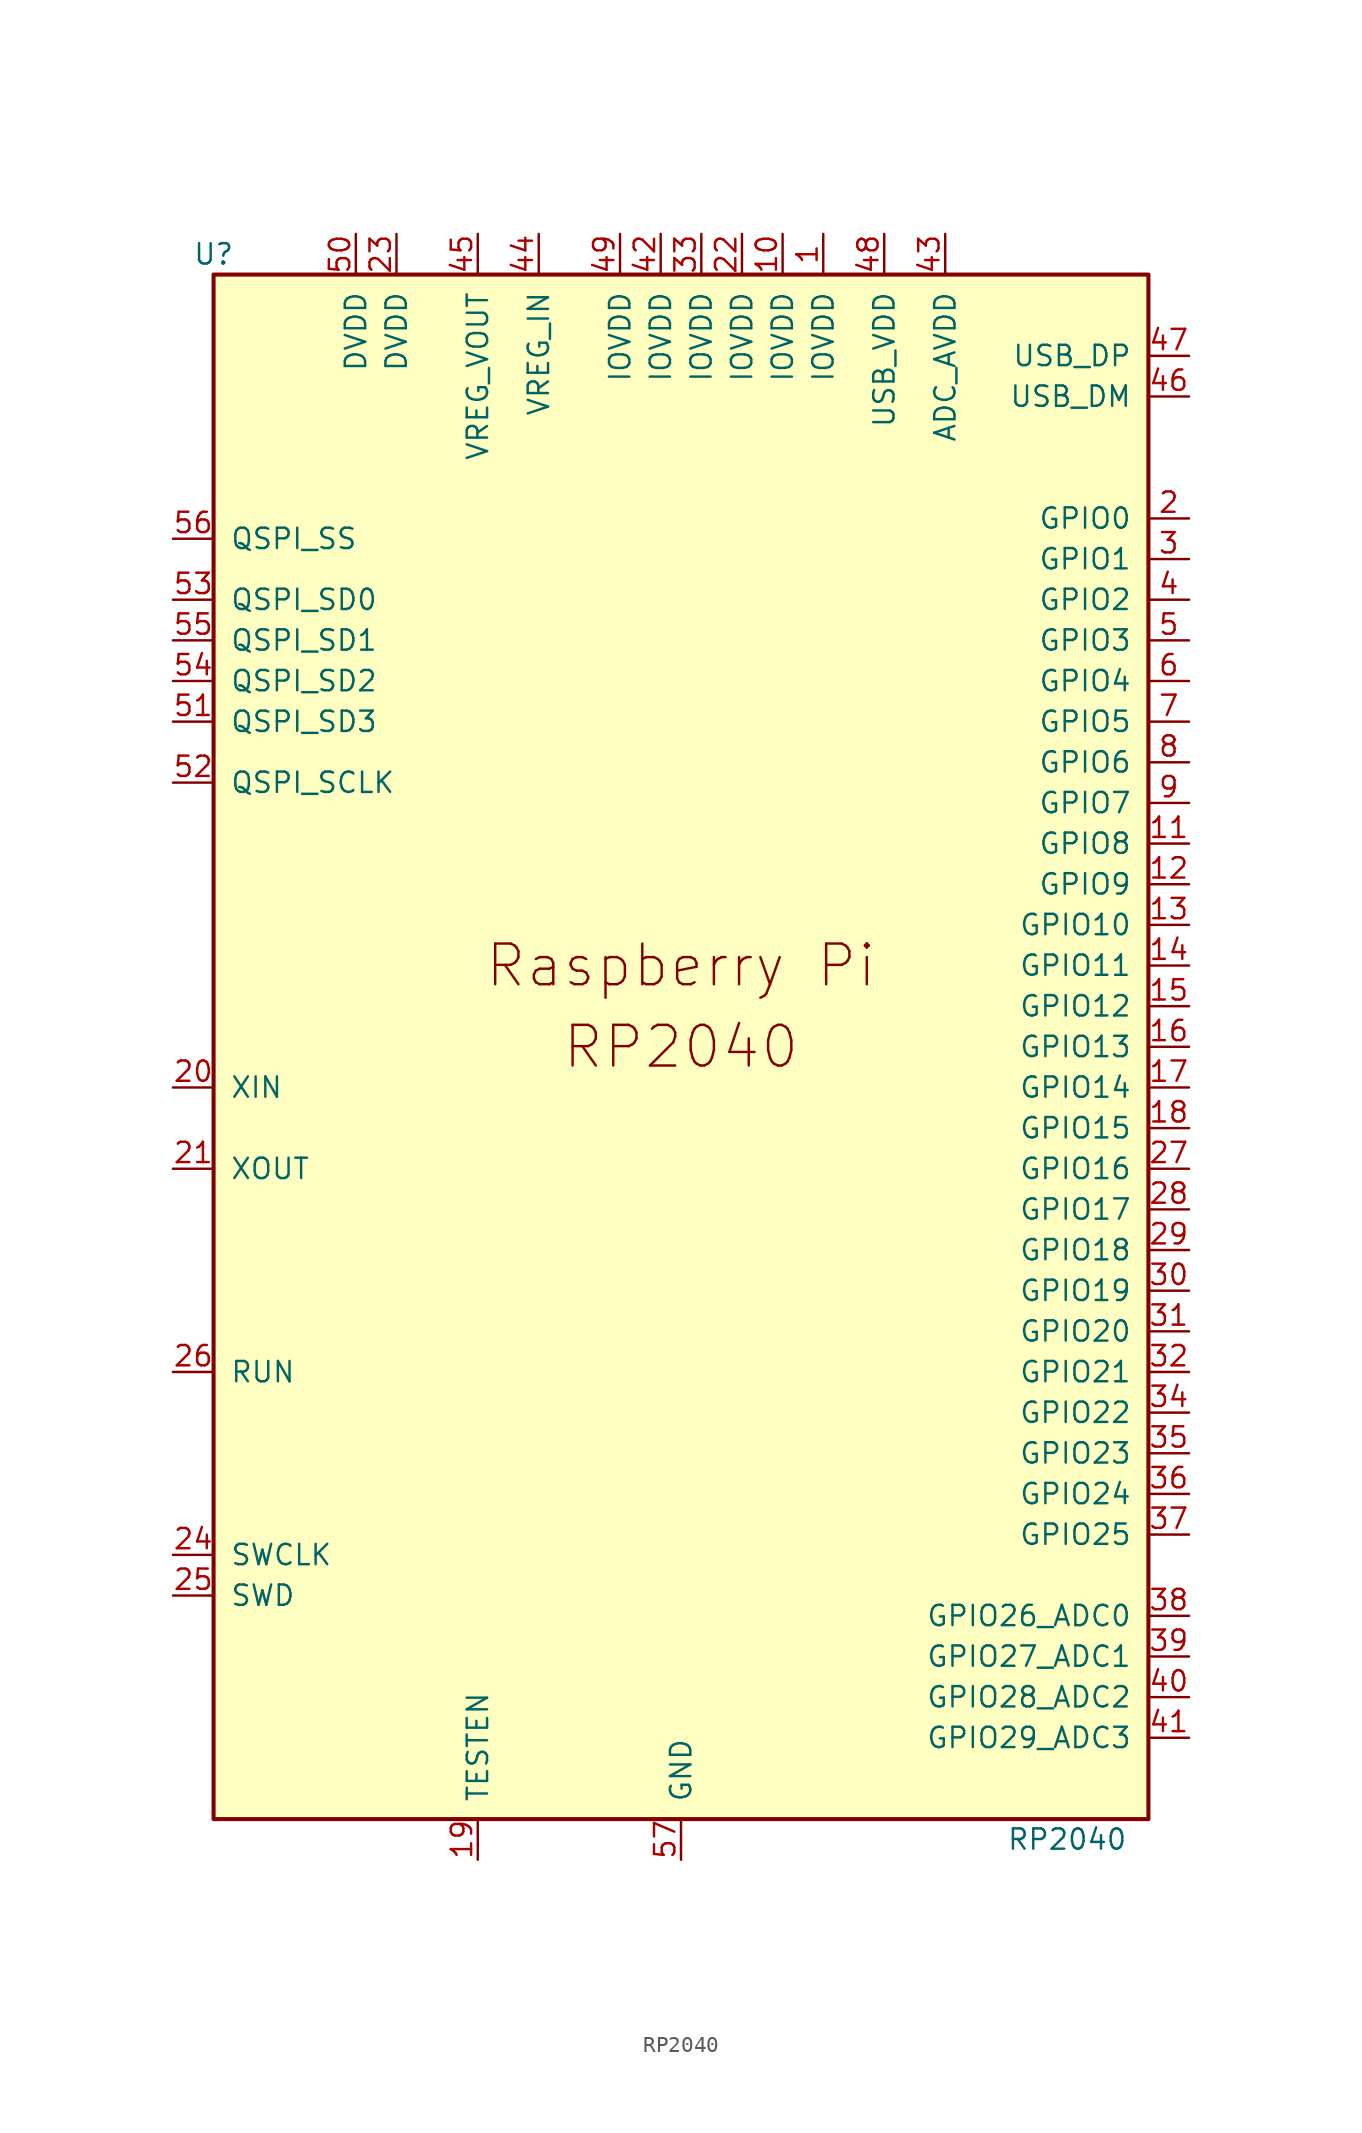
<source format=kicad_sym>
(kicad_symbol_lib
  (version 20231120)
  (generator "kicad_symbol_editor")
  (generator_version "8.0")
  (symbol "RP2040"
    (pin_names
      (offset 1.016))
    (property "Reference" "U"
      (at -29.21 49.53 0)
      (effects (font (size 1.27 1.27))))
    (property "Value" "RP2040"
      (at 24.13 -49.53 0)
      (effects (font (size 1.27 1.27))))
    (symbol "RP2040_0_0"
      (text "Raspberry Pi" (at 0 5.08 0) (effects (font (size 2.54 2.54))))
      (text "RP2040" (at 0 0 0) (effects (font (size 2.54 2.54)))))
    (symbol "RP2040_0_1"
      (rectangle (start 29.21 48.26) (end -29.21 -48.26) (stroke (width 0.254) (type solid)) (fill (type background))))
    (symbol "RP2040_1_1"
      (pin power_in line (at 8.89 50.8 270) (length 2.54) (name "IOVDD" (effects (font (size 1.27 1.27)))) (number "1" (effects (font (size 1.27 1.27)))))
      (pin power_in line (at 6.35 50.8 270) (length 2.54) (name "IOVDD" (effects (font (size 1.27 1.27)))) (number "10" (effects (font (size 1.27 1.27)))))
      (pin bidirectional line (at 31.75 12.7 180) (length 2.54) (name "GPIO8" (effects (font (size 1.27 1.27)))) (number "11" (effects (font (size 1.27 1.27)))))
      (pin bidirectional line (at 31.75 10.16 180) (length 2.54) (name "GPIO9" (effects (font (size 1.27 1.27)))) (number "12" (effects (font (size 1.27 1.27)))))
      (pin bidirectional line (at 31.75 7.62 180) (length 2.54) (name "GPIO10" (effects (font (size 1.27 1.27)))) (number "13" (effects (font (size 1.27 1.27)))))
      (pin bidirectional line (at 31.75 5.08 180) (length 2.54) (name "GPIO11" (effects (font (size 1.27 1.27)))) (number "14" (effects (font (size 1.27 1.27)))))
      (pin bidirectional line (at 31.75 2.54 180) (length 2.54) (name "GPIO12" (effects (font (size 1.27 1.27)))) (number "15" (effects (font (size 1.27 1.27)))))
      (pin bidirectional line (at 31.75 0 180) (length 2.54) (name "GPIO13" (effects (font (size 1.27 1.27)))) (number "16" (effects (font (size 1.27 1.27)))))
      (pin bidirectional line (at 31.75 -2.54 180) (length 2.54) (name "GPIO14" (effects (font (size 1.27 1.27)))) (number "17" (effects (font (size 1.27 1.27)))))
      (pin bidirectional line (at 31.75 -5.08 180) (length 2.54) (name "GPIO15" (effects (font (size 1.27 1.27)))) (number "18" (effects (font (size 1.27 1.27)))))
      (pin passive line (at -12.7 -50.8 90) (length 2.54) (name "TESTEN" (effects (font (size 1.27 1.27)))) (number "19" (effects (font (size 1.27 1.27)))))
      (pin bidirectional line (at 31.75 33.02 180) (length 2.54) (name "GPIO0" (effects (font (size 1.27 1.27)))) (number "2" (effects (font (size 1.27 1.27)))))
      (pin input line (at -31.75 -2.54 0) (length 2.54) (name "XIN" (effects (font (size 1.27 1.27)))) (number "20" (effects (font (size 1.27 1.27)))))
      (pin passive line (at -31.75 -7.62 0) (length 2.54) (name "XOUT" (effects (font (size 1.27 1.27)))) (number "21" (effects (font (size 1.27 1.27)))))
      (pin power_in line (at 3.81 50.8 270) (length 2.54) (name "IOVDD" (effects (font (size 1.27 1.27)))) (number "22" (effects (font (size 1.27 1.27)))))
      (pin power_in line (at -17.78 50.8 270) (length 2.54) (name "DVDD" (effects (font (size 1.27 1.27)))) (number "23" (effects (font (size 1.27 1.27)))))
      (pin output line (at -31.75 -31.75 0) (length 2.54) (name "SWCLK" (effects (font (size 1.27 1.27)))) (number "24" (effects (font (size 1.27 1.27)))))
      (pin bidirectional line (at -31.75 -34.29 0) (length 2.54) (name "SWD" (effects (font (size 1.27 1.27)))) (number "25" (effects (font (size 1.27 1.27)))))
      (pin input line (at -31.75 -20.32 0) (length 2.54) (name "RUN" (effects (font (size 1.27 1.27)))) (number "26" (effects (font (size 1.27 1.27)))))
      (pin bidirectional line (at 31.75 -7.62 180) (length 2.54) (name "GPIO16" (effects (font (size 1.27 1.27)))) (number "27" (effects (font (size 1.27 1.27)))))
      (pin bidirectional line (at 31.75 -10.16 180) (length 2.54) (name "GPIO17" (effects (font (size 1.27 1.27)))) (number "28" (effects (font (size 1.27 1.27)))))
      (pin bidirectional line (at 31.75 -12.7 180) (length 2.54) (name "GPIO18" (effects (font (size 1.27 1.27)))) (number "29" (effects (font (size 1.27 1.27)))))
      (pin bidirectional line (at 31.75 30.48 180) (length 2.54) (name "GPIO1" (effects (font (size 1.27 1.27)))) (number "3" (effects (font (size 1.27 1.27)))))
      (pin bidirectional line (at 31.75 -15.24 180) (length 2.54) (name "GPIO19" (effects (font (size 1.27 1.27)))) (number "30" (effects (font (size 1.27 1.27)))))
      (pin bidirectional line (at 31.75 -17.78 180) (length 2.54) (name "GPIO20" (effects (font (size 1.27 1.27)))) (number "31" (effects (font (size 1.27 1.27)))))
      (pin bidirectional line (at 31.75 -20.32 180) (length 2.54) (name "GPIO21" (effects (font (size 1.27 1.27)))) (number "32" (effects (font (size 1.27 1.27)))))
      (pin power_in line (at 1.27 50.8 270) (length 2.54) (name "IOVDD" (effects (font (size 1.27 1.27)))) (number "33" (effects (font (size 1.27 1.27)))))
      (pin bidirectional line (at 31.75 -22.86 180) (length 2.54) (name "GPIO22" (effects (font (size 1.27 1.27)))) (number "34" (effects (font (size 1.27 1.27)))))
      (pin bidirectional line (at 31.75 -25.4 180) (length 2.54) (name "GPIO23" (effects (font (size 1.27 1.27)))) (number "35" (effects (font (size 1.27 1.27)))))
      (pin bidirectional line (at 31.75 -27.94 180) (length 2.54) (name "GPIO24" (effects (font (size 1.27 1.27)))) (number "36" (effects (font (size 1.27 1.27)))))
      (pin bidirectional line (at 31.75 -30.48 180) (length 2.54) (name "GPIO25" (effects (font (size 1.27 1.27)))) (number "37" (effects (font (size 1.27 1.27)))))
      (pin bidirectional line (at 31.75 -35.56 180) (length 2.54) (name "GPIO26_ADC0" (effects (font (size 1.27 1.27)))) (number "38" (effects (font (size 1.27 1.27)))))
      (pin bidirectional line (at 31.75 -38.1 180) (length 2.54) (name "GPIO27_ADC1" (effects (font (size 1.27 1.27)))) (number "39" (effects (font (size 1.27 1.27)))))
      (pin bidirectional line (at 31.75 27.94 180) (length 2.54) (name "GPIO2" (effects (font (size 1.27 1.27)))) (number "4" (effects (font (size 1.27 1.27)))))
      (pin bidirectional line (at 31.75 -40.64 180) (length 2.54) (name "GPIO28_ADC2" (effects (font (size 1.27 1.27)))) (number "40" (effects (font (size 1.27 1.27)))))
      (pin bidirectional line (at 31.75 -43.18 180) (length 2.54) (name "GPIO29_ADC3" (effects (font (size 1.27 1.27)))) (number "41" (effects (font (size 1.27 1.27)))))
      (pin power_in line (at -1.27 50.8 270) (length 2.54) (name "IOVDD" (effects (font (size 1.27 1.27)))) (number "42" (effects (font (size 1.27 1.27)))))
      (pin power_in line (at 16.51 50.8 270) (length 2.54) (name "ADC_AVDD" (effects (font (size 1.27 1.27)))) (number "43" (effects (font (size 1.27 1.27)))))
      (pin power_in line (at -8.89 50.8 270) (length 2.54) (name "VREG_IN" (effects (font (size 1.27 1.27)))) (number "44" (effects (font (size 1.27 1.27)))))
      (pin power_out line (at -12.7 50.8 270) (length 2.54) (name "VREG_VOUT" (effects (font (size 1.27 1.27)))) (number "45" (effects (font (size 1.27 1.27)))))
      (pin bidirectional line (at 31.75 40.64 180) (length 2.54) (name "USB_DM" (effects (font (size 1.27 1.27)))) (number "46" (effects (font (size 1.27 1.27)))))
      (pin bidirectional line (at 31.75 43.18 180) (length 2.54) (name "USB_DP" (effects (font (size 1.27 1.27)))) (number "47" (effects (font (size 1.27 1.27)))))
      (pin power_in line (at 12.7 50.8 270) (length 2.54) (name "USB_VDD" (effects (font (size 1.27 1.27)))) (number "48" (effects (font (size 1.27 1.27)))))
      (pin power_in line (at -3.81 50.8 270) (length 2.54) (name "IOVDD" (effects (font (size 1.27 1.27)))) (number "49" (effects (font (size 1.27 1.27)))))
      (pin bidirectional line (at 31.75 25.4 180) (length 2.54) (name "GPIO3" (effects (font (size 1.27 1.27)))) (number "5" (effects (font (size 1.27 1.27)))))
      (pin power_in line (at -20.32 50.8 270) (length 2.54) (name "DVDD" (effects (font (size 1.27 1.27)))) (number "50" (effects (font (size 1.27 1.27)))))
      (pin bidirectional line (at -31.75 20.32 0) (length 2.54) (name "QSPI_SD3" (effects (font (size 1.27 1.27)))) (number "51" (effects (font (size 1.27 1.27)))))
      (pin output line (at -31.75 16.51 0) (length 2.54) (name "QSPI_SCLK" (effects (font (size 1.27 1.27)))) (number "52" (effects (font (size 1.27 1.27)))))
      (pin bidirectional line (at -31.75 27.94 0) (length 2.54) (name "QSPI_SD0" (effects (font (size 1.27 1.27)))) (number "53" (effects (font (size 1.27 1.27)))))
      (pin bidirectional line (at -31.75 22.86 0) (length 2.54) (name "QSPI_SD2" (effects (font (size 1.27 1.27)))) (number "54" (effects (font (size 1.27 1.27)))))
      (pin bidirectional line (at -31.75 25.4 0) (length 2.54) (name "QSPI_SD1" (effects (font (size 1.27 1.27)))) (number "55" (effects (font (size 1.27 1.27)))))
      (pin bidirectional line (at -31.75 31.75 0) (length 2.54) (name "QSPI_SS" (effects (font (size 1.27 1.27)))) (number "56" (effects (font (size 1.27 1.27)))))
      (pin power_in line (at 0 -50.8 90) (length 2.54) (name "GND" (effects (font (size 1.27 1.27)))) (number "57" (effects (font (size 1.27 1.27)))))
      (pin bidirectional line (at 31.75 22.86 180) (length 2.54) (name "GPIO4" (effects (font (size 1.27 1.27)))) (number "6" (effects (font (size 1.27 1.27)))))
      (pin bidirectional line (at 31.75 20.32 180) (length 2.54) (name "GPIO5" (effects (font (size 1.27 1.27)))) (number "7" (effects (font (size 1.27 1.27)))))
      (pin bidirectional line (at 31.75 17.78 180) (length 2.54) (name "GPIO6" (effects (font (size 1.27 1.27)))) (number "8" (effects (font (size 1.27 1.27)))))
      (pin bidirectional line (at 31.75 15.24 180) (length 2.54) (name "GPIO7" (effects (font (size 1.27 1.27)))) (number "9" (effects (font (size 1.27 1.27))))))))
</source>
